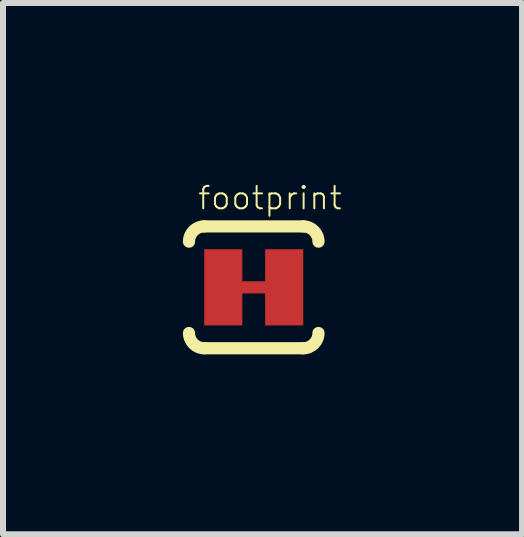
<source format=kicad_pcb>
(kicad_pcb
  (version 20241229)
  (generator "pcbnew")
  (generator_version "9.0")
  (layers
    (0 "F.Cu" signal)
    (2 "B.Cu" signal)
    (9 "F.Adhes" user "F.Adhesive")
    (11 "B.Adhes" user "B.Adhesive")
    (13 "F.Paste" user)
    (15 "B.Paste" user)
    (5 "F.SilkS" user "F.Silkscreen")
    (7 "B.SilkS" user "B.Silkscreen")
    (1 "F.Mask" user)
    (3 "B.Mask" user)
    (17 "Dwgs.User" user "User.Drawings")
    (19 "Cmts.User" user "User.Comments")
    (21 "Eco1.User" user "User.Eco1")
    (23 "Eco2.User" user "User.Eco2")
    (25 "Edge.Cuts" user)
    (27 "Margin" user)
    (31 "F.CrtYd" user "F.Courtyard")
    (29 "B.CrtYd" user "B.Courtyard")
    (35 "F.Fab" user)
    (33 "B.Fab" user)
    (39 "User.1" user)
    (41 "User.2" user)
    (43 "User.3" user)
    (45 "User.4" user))
  (footprint "footprint"
    (layer "F.Cu")
    (at 1.181 1.741)
    (property "Reference" "footprint" (at -0.953 -1.27 0) (layer "F.SilkS") (effects (font (size 0.374 0.374) (thickness 0.033)) (justify left bottom)))
    (fp_line (start -0.381 0) (end 0.381 0) (stroke (width 0.203) (type solid)) (layer "F.Cu"))
    (fp_line (start -0.826 -1.016) (end 0.826 -1.016) (stroke (width 0.203) (type solid)) (layer "F.SilkS"))
    (fp_line (start 0.826 1.016) (end -0.826 1.016) (stroke (width 0.203) (type solid)) (layer "F.SilkS"))
    (fp_arc (start -1.0795 -0.762) (mid -1.005105 -0.941605) (end -0.8255 -1.016) (stroke (width 0.2032) (type solid)) (layer "F.SilkS"))
    (fp_arc (start -0.8255 1.016) (mid -1.005105 0.941605) (end -1.0795 0.762) (stroke (width 0.2032) (type solid)) (layer "F.SilkS"))
    (fp_arc (start 0.8255 -1.016) (mid 1.005105 -0.941605) (end 1.0795 -0.762) (stroke (width 0.2032) (type solid)) (layer "F.SilkS"))
    (fp_arc (start 1.0795 0.762) (mid 1.005105 0.941605) (end 0.8255 1.016) (stroke (width 0.2032) (type solid)) (layer "F.SilkS"))
    (pad "1" smd rect (at -0.508 0) (size 0.635 1.27) (layers "F.Cu" "F.Mask"))
    (pad "2" smd rect (at 0.508 0) (size 0.635 1.27) (layers "F.Cu" "F.Mask")))
  (gr_rect
    (start -3 -3)
    (end 5.655 5.859)
    (stroke (width 0.1) (type default))
    (fill no)
    (layer "Edge.Cuts")))
</source>
